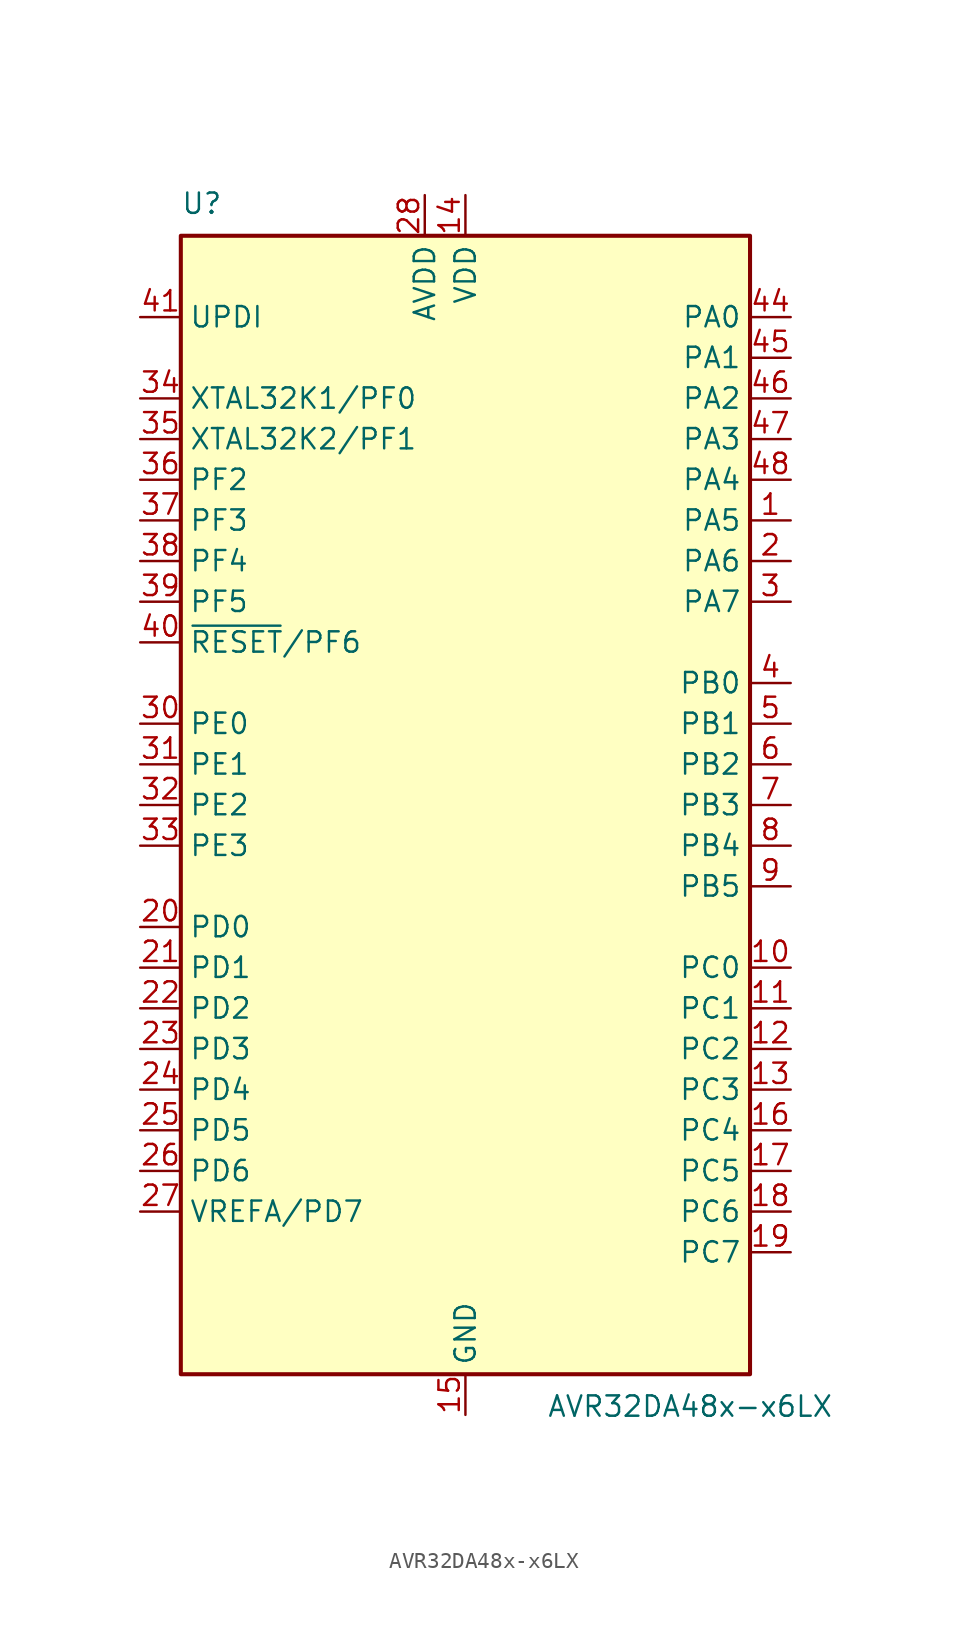
<source format=kicad_sym>
(kicad_symbol_lib
  (version 20211014)
  (generator kicad_symbol_editor)
  (symbol "AVR32DA48x-x6LX"
    (property "Reference" "U"
      (at -17.78 36.83 0)
      (effects (font (size 1.27 1.27)) (justify left bottom)))
    (property "Value" "AVR32DA48x-x6LX"
      (at 5.08 -36.83 0)
      (effects (font (size 1.27 1.27)) (justify left top)))
    (symbol "AVR32DA48x-x6LX_0_1"
      (rectangle (start -17.78 35.56) (end 17.78 -35.56) (stroke (width 0.254) (type default) (color 0 0 0 0)) (fill (type background))))
    (symbol "AVR32DA48x-x6LX_1_1"
      (pin bidirectional line (at 20.32 30.48 180) (length 2.54) (name "PA0" (effects (font (size 1.27 1.27)))) (number "44" (effects (font (size 1.27 1.27)))))
      (pin bidirectional line (at 20.32 27.94 180) (length 2.54) (name "PA1" (effects (font (size 1.27 1.27)))) (number "45" (effects (font (size 1.27 1.27)))))
      (pin bidirectional line (at 20.32 25.4 180) (length 2.54) (name "PA2" (effects (font (size 1.27 1.27)))) (number "46" (effects (font (size 1.27 1.27)))))
      (pin bidirectional line (at 20.32 22.86 180) (length 2.54) (name "PA3" (effects (font (size 1.27 1.27)))) (number "47" (effects (font (size 1.27 1.27)))))
      (pin bidirectional line (at 20.32 20.32 180) (length 2.54) (name "PA4" (effects (font (size 1.27 1.27)))) (number "48" (effects (font (size 1.27 1.27)))))
      (pin bidirectional line (at 20.32 17.78 180) (length 2.54) (name "PA5" (effects (font (size 1.27 1.27)))) (number "1" (effects (font (size 1.27 1.27)))))
      (pin bidirectional line (at 20.32 15.24 180) (length 2.54) (name "PA6" (effects (font (size 1.27 1.27)))) (number "2" (effects (font (size 1.27 1.27)))))
      (pin bidirectional line (at 20.32 12.7 180) (length 2.54) (name "PA7" (effects (font (size 1.27 1.27)))) (number "3" (effects (font (size 1.27 1.27)))))
      (pin bidirectional line (at 20.32 7.62 180) (length 2.54) (name "PB0" (effects (font (size 1.27 1.27)))) (number "4" (effects (font (size 1.27 1.27)))))
      (pin bidirectional line (at 20.32 5.08 180) (length 2.54) (name "PB1" (effects (font (size 1.27 1.27)))) (number "5" (effects (font (size 1.27 1.27)))))
      (pin bidirectional line (at 20.32 2.54 180) (length 2.54) (name "PB2" (effects (font (size 1.27 1.27)))) (number "6" (effects (font (size 1.27 1.27)))))
      (pin bidirectional line (at 20.32 0 180) (length 2.54) (name "PB3" (effects (font (size 1.27 1.27)))) (number "7" (effects (font (size 1.27 1.27)))))
      (pin bidirectional line (at 20.32 -2.54 180) (length 2.54) (name "PB4" (effects (font (size 1.27 1.27)))) (number "8" (effects (font (size 1.27 1.27)))))
      (pin bidirectional line (at 20.32 -5.08 180) (length 2.54) (name "PB5" (effects (font (size 1.27 1.27)))) (number "9" (effects (font (size 1.27 1.27)))))
      (pin bidirectional line (at 20.32 -10.16 180) (length 2.54) (name "PC0" (effects (font (size 1.27 1.27)))) (number "10" (effects (font (size 1.27 1.27)))))
      (pin bidirectional line (at 20.32 -12.7 180) (length 2.54) (name "PC1" (effects (font (size 1.27 1.27)))) (number "11" (effects (font (size 1.27 1.27)))))
      (pin bidirectional line (at 20.32 -15.24 180) (length 2.54) (name "PC2" (effects (font (size 1.27 1.27)))) (number "12" (effects (font (size 1.27 1.27)))))
      (pin bidirectional line (at 20.32 -17.78 180) (length 2.54) (name "PC3" (effects (font (size 1.27 1.27)))) (number "13" (effects (font (size 1.27 1.27)))))
      (pin bidirectional line (at 20.32 -20.32 180) (length 2.54) (name "PC4" (effects (font (size 1.27 1.27)))) (number "16" (effects (font (size 1.27 1.27)))))
      (pin bidirectional line (at 20.32 -22.86 180) (length 2.54) (name "PC5" (effects (font (size 1.27 1.27)))) (number "17" (effects (font (size 1.27 1.27)))))
      (pin bidirectional line (at 20.32 -25.4 180) (length 2.54) (name "PC6" (effects (font (size 1.27 1.27)))) (number "18" (effects (font (size 1.27 1.27)))))
      (pin bidirectional line (at 20.32 -27.94 180) (length 2.54) (name "PC7" (effects (font (size 1.27 1.27)))) (number "19" (effects (font (size 1.27 1.27)))))
      (pin input line (at -20.32 30.48 0) (length 2.54) (name "UPDI" (effects (font (size 1.27 1.27)))) (number "41" (effects (font (size 1.27 1.27)))))
      (pin bidirectional line (at -20.32 25.4 0) (length 2.54) (name "XTAL32K1/PF0" (effects (font (size 1.27 1.27)))) (number "34" (effects (font (size 1.27 1.27)))))
      (pin bidirectional line (at -20.32 22.86 0) (length 2.54) (name "XTAL32K2/PF1" (effects (font (size 1.27 1.27)))) (number "35" (effects (font (size 1.27 1.27)))))
      (pin bidirectional line (at -20.32 20.32 0) (length 2.54) (name "PF2" (effects (font (size 1.27 1.27)))) (number "36" (effects (font (size 1.27 1.27)))))
      (pin bidirectional line (at -20.32 17.78 0) (length 2.54) (name "PF3" (effects (font (size 1.27 1.27)))) (number "37" (effects (font (size 1.27 1.27)))))
      (pin bidirectional line (at -20.32 15.24 0) (length 2.54) (name "PF4" (effects (font (size 1.27 1.27)))) (number "38" (effects (font (size 1.27 1.27)))))
      (pin bidirectional line (at -20.32 12.7 0) (length 2.54) (name "PF5" (effects (font (size 1.27 1.27)))) (number "39" (effects (font (size 1.27 1.27)))))
      (pin bidirectional line (at -20.32 10.16 0) (length 2.54) (name "~{RESET}/PF6" (effects (font (size 1.27 1.27)))) (number "40" (effects (font (size 1.27 1.27)))))
      (pin bidirectional line (at -20.32 5.08 0) (length 2.54) (name "PE0" (effects (font (size 1.27 1.27)))) (number "30" (effects (font (size 1.27 1.27)))))
      (pin bidirectional line (at -20.32 2.54 0) (length 2.54) (name "PE1" (effects (font (size 1.27 1.27)))) (number "31" (effects (font (size 1.27 1.27)))))
      (pin bidirectional line (at -20.32 0 0) (length 2.54) (name "PE2" (effects (font (size 1.27 1.27)))) (number "32" (effects (font (size 1.27 1.27)))))
      (pin bidirectional line (at -20.32 -2.54 0) (length 2.54) (name "PE3" (effects (font (size 1.27 1.27)))) (number "33" (effects (font (size 1.27 1.27)))))
      (pin bidirectional line (at -20.32 -7.62 0) (length 2.54) (name "PD0" (effects (font (size 1.27 1.27)))) (number "20" (effects (font (size 1.27 1.27)))))
      (pin bidirectional line (at -20.32 -10.16 0) (length 2.54) (name "PD1" (effects (font (size 1.27 1.27)))) (number "21" (effects (font (size 1.27 1.27)))))
      (pin bidirectional line (at -20.32 -12.7 0) (length 2.54) (name "PD2" (effects (font (size 1.27 1.27)))) (number "22" (effects (font (size 1.27 1.27)))))
      (pin bidirectional line (at -20.32 -15.24 0) (length 2.54) (name "PD3" (effects (font (size 1.27 1.27)))) (number "23" (effects (font (size 1.27 1.27)))))
      (pin bidirectional line (at -20.32 -17.78 0) (length 2.54) (name "PD4" (effects (font (size 1.27 1.27)))) (number "24" (effects (font (size 1.27 1.27)))))
      (pin bidirectional line (at -20.32 -20.32 0) (length 2.54) (name "PD5" (effects (font (size 1.27 1.27)))) (number "25" (effects (font (size 1.27 1.27)))))
      (pin bidirectional line (at -20.32 -22.86 0) (length 2.54) (name "PD6" (effects (font (size 1.27 1.27)))) (number "26" (effects (font (size 1.27 1.27)))))
      (pin bidirectional line (at -20.32 -25.4 0) (length 2.54) (name "VREFA/PD7" (effects (font (size 1.27 1.27)))) (number "27" (effects (font (size 1.27 1.27)))))
      (pin power_in line (at -2.54 38.1 270) (length 2.54) (name "AVDD" (effects (font (size 1.27 1.27)))) (number "28" (effects (font (size 1.27 1.27)))))
      (pin power_in line (at 0 38.1 270) (length 2.54) (name "VDD" (effects (font (size 1.27 1.27)))) (number "14" (effects (font (size 1.27 1.27)))))
      (pin passive line (at 0 38.1 270) (length 2.54) hide (name "VDD" (effects (font (size 1.27 1.27)))) (number "42" (effects (font (size 1.27 1.27)))))
      (pin power_in line (at 0 -38.1 90) (length 2.54) (name "GND" (effects (font (size 1.27 1.27)))) (number "15" (effects (font (size 1.27 1.27)))))
      (pin passive line (at 0 -38.1 90) (length 2.54) hide (name "GND" (effects (font (size 1.27 1.27)))) (number "29" (effects (font (size 1.27 1.27)))))
      (pin passive line (at 0 -38.1 90) (length 2.54) hide (name "GND" (effects (font (size 1.27 1.27)))) (number "43" (effects (font (size 1.27 1.27)))))
      (pin passive line (at 0 -38.1 90) (length 2.54) hide (name "GND" (effects (font (size 1.27 1.27)))) (number "49" (effects (font (size 1.27 1.27))))))))
</source>
